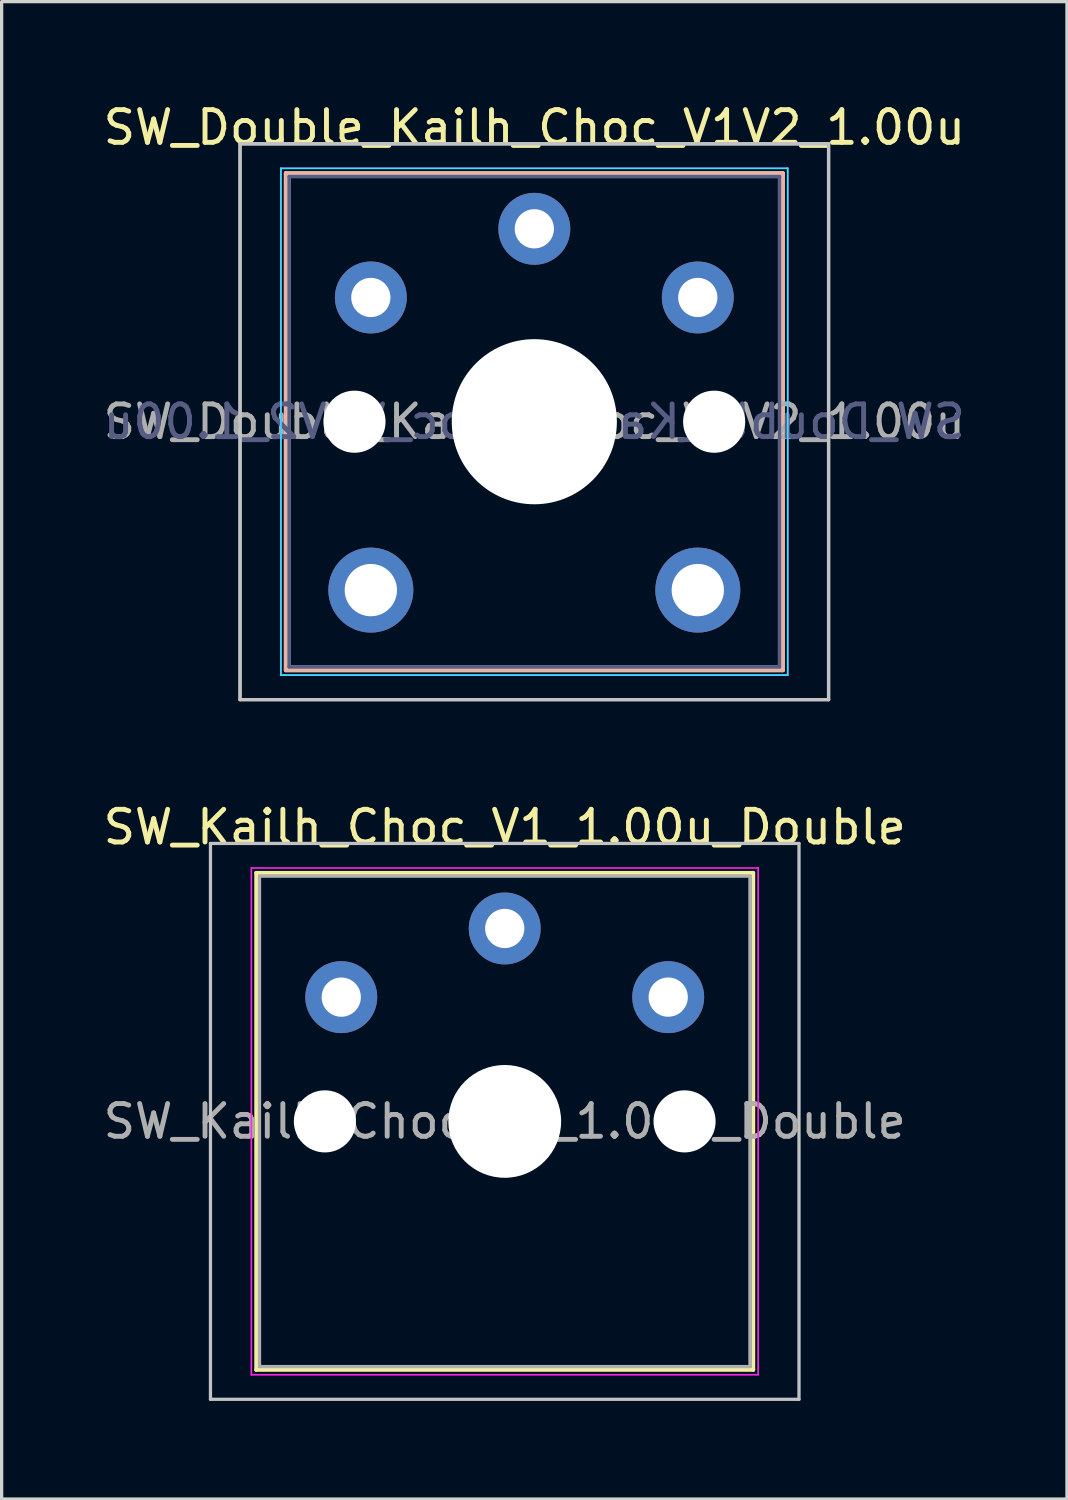
<source format=kicad_pcb>
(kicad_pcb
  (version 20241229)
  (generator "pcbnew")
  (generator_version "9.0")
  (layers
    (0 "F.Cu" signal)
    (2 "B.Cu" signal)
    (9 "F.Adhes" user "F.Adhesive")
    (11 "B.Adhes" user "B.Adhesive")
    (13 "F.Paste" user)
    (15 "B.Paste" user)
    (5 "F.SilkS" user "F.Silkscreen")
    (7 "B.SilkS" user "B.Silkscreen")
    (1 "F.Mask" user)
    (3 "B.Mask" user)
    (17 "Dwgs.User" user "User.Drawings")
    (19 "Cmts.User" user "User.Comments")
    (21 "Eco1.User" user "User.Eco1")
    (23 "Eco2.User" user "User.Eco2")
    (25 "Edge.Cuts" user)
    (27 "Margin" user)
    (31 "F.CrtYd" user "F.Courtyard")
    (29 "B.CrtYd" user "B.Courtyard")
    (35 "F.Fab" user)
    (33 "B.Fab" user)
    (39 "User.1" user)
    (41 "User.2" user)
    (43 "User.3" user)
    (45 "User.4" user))
  (footprint "SW_Double_Kailh_Choc_V1V2_1.00u"
    (layer "F.Cu")
    (at 13.292 9.848)
    (property "Reference" "SW_Double_Kailh_Choc_V1V2_1.00u" (at 0 -9 0) (layer "F.SilkS") (effects (font (size 1 1) (thickness 0.15))))
    (attr through_hole)
    (fp_line (start -7.6 -7.6) (end -7.6 7.6) (stroke (width 0.12) (type solid)) (layer "F.SilkS"))
    (fp_line (start -7.6 7.6) (end 7.6 7.6) (stroke (width 0.12) (type solid)) (layer "F.SilkS"))
    (fp_line (start 7.6 -7.6) (end -7.6 -7.6) (stroke (width 0.12) (type solid)) (layer "F.SilkS"))
    (fp_line (start 7.6 7.6) (end 7.6 -7.6) (stroke (width 0.12) (type solid)) (layer "F.SilkS"))
    (fp_line (start -7.6 -7.6) (end 7.6 -7.6) (stroke (width 0.12) (type solid)) (layer "B.SilkS"))
    (fp_line (start -7.6 7.6) (end -7.6 -7.6) (stroke (width 0.12) (type solid)) (layer "B.SilkS"))
    (fp_line (start 7.6 -7.6) (end 7.6 7.6) (stroke (width 0.12) (type solid)) (layer "B.SilkS"))
    (fp_line (start 7.6 7.6) (end -7.6 7.6) (stroke (width 0.12) (type solid)) (layer "B.SilkS"))
    (fp_line (start -9 -8.5) (end -9 8.5) (stroke (width 0.1) (type solid)) (layer "Dwgs.User"))
    (fp_line (start -9 -8.5) (end 9 -8.5) (stroke (width 0.1) (type solid)) (layer "Dwgs.User"))
    (fp_line (start -9 8.5) (end -9 -8.5) (stroke (width 0.1) (type solid)) (layer "Dwgs.User"))
    (fp_line (start -9 8.5) (end 9 8.5) (stroke (width 0.1) (type solid)) (layer "Dwgs.User"))
    (fp_line (start 9 -8.5) (end -9 -8.5) (stroke (width 0.1) (type solid)) (layer "Dwgs.User"))
    (fp_line (start 9 -8.5) (end 9 8.5) (stroke (width 0.1) (type solid)) (layer "Dwgs.User"))
    (fp_line (start 9 8.5) (end -9 8.5) (stroke (width 0.1) (type solid)) (layer "Dwgs.User"))
    (fp_line (start 9 8.5) (end 9 -8.5) (stroke (width 0.1) (type solid)) (layer "Dwgs.User"))
    (fp_line (start -7.25 -7.25) (end -7.25 7.25) (stroke (width 0.1) (type solid)) (layer "Eco1.User"))
    (fp_line (start -7.25 -7.25) (end 7.25 -7.25) (stroke (width 0.1) (type solid)) (layer "Eco1.User"))
    (fp_line (start -7.25 7.25) (end -7.25 -7.25) (stroke (width 0.1) (type solid)) (layer "Eco1.User"))
    (fp_line (start -7.25 7.25) (end 7.25 7.25) (stroke (width 0.1) (type solid)) (layer "Eco1.User"))
    (fp_line (start 7.25 -7.25) (end -7.25 -7.25) (stroke (width 0.1) (type solid)) (layer "Eco1.User"))
    (fp_line (start 7.25 -7.25) (end 7.25 7.25) (stroke (width 0.1) (type solid)) (layer "Eco1.User"))
    (fp_line (start 7.25 7.25) (end -7.25 7.25) (stroke (width 0.1) (type solid)) (layer "Eco1.User"))
    (fp_line (start 7.25 7.25) (end 7.25 -7.25) (stroke (width 0.1) (type solid)) (layer "Eco1.User"))
    (fp_line (start -7.75 -7.75) (end 7.75 -7.75) (stroke (width 0.05) (type solid)) (layer "B.CrtYd"))
    (fp_line (start -7.75 7.75) (end -7.75 -7.75) (stroke (width 0.05) (type solid)) (layer "B.CrtYd"))
    (fp_line (start 7.75 -7.75) (end 7.75 7.75) (stroke (width 0.05) (type solid)) (layer "B.CrtYd"))
    (fp_line (start 7.75 7.75) (end -7.75 7.75) (stroke (width 0.05) (type solid)) (layer "B.CrtYd"))
    (fp_line (start -7.75 -7.75) (end -7.75 7.75) (stroke (width 0.05) (type solid)) (layer "F.CrtYd"))
    (fp_line (start -7.75 7.75) (end 7.75 7.75) (stroke (width 0.05) (type solid)) (layer "F.CrtYd"))
    (fp_line (start 7.75 -7.75) (end -7.75 -7.75) (stroke (width 0.05) (type solid)) (layer "F.CrtYd"))
    (fp_line (start 7.75 7.75) (end 7.75 -7.75) (stroke (width 0.05) (type solid)) (layer "F.CrtYd"))
    (fp_line (start -7.5 -7.5) (end 7.5 -7.5) (stroke (width 0.1) (type solid)) (layer "B.Fab"))
    (fp_line (start -7.5 7.5) (end -7.5 -7.5) (stroke (width 0.1) (type solid)) (layer "B.Fab"))
    (fp_line (start 7.5 -7.5) (end 7.5 7.5) (stroke (width 0.1) (type solid)) (layer "B.Fab"))
    (fp_line (start 7.5 7.5) (end -7.5 7.5) (stroke (width 0.1) (type solid)) (layer "B.Fab"))
    (fp_line (start -7.5 -7.5) (end -7.5 7.5) (stroke (width 0.1) (type solid)) (layer "F.Fab"))
    (fp_line (start -7.5 7.5) (end 7.5 7.5) (stroke (width 0.1) (type solid)) (layer "F.Fab"))
    (fp_line (start 7.5 -7.5) (end -7.5 -7.5) (stroke (width 0.1) (type solid)) (layer "F.Fab"))
    (fp_line (start 7.5 7.5) (end 7.5 -7.5) (stroke (width 0.1) (type solid)) (layer "F.Fab"))
    (fp_text user "${REFERENCE}" (at 0 0 0) (layer "B.Fab") (effects (font (size 1 1) (thickness 0.15)) (justify mirror)))
    (fp_text user "${REFERENCE}" (at 0 0 0) (layer "F.Fab") (effects (font (size 1 1) (thickness 0.15))))
    (pad "" np_thru_hole circle (at -5.5 0) (size 1.9 1.9) (drill 1.9) (layers "*.Cu" "*.Mask"))
    (pad "" thru_hole circle (at -5 5.15) (size 2.6 2.6) (drill 1.6) (layers "*.Cu" "*.Mask"))
    (pad "" np_thru_hole circle (at 0 0) (size 5.05 5.05) (drill 5.05) (layers "*.Cu" "*.Mask"))
    (pad "" thru_hole circle (at 5 5.15) (size 2.6 2.6) (drill 1.6) (layers "*.Cu" "*.Mask"))
    (pad "" np_thru_hole circle (at 5.5 0) (size 1.9 1.9) (drill 1.9) (layers "*.Cu" "*.Mask"))
    (pad "1" thru_hole circle (at 0 -5.9) (size 2.2 2.2) (drill 1.2) (layers "*.Cu" "*.Mask"))
    (pad "2" thru_hole circle (at -5 -3.8) (size 2.2 2.2) (drill 1.2) (layers "*.Cu" "*.Mask"))
    (pad "2" thru_hole circle (at 5 -3.8) (size 2.2 2.2) (drill 1.2) (layers "*.Cu" "*.Mask")))
  (footprint "SW_Kailh_Choc_V1_1.00u_Double"
    (layer "F.Cu")
    (at 12.387 31.247)
    (property "Reference" "SW_Kailh_Choc_V1_1.00u_Double" (at 0 -9 0) (layer "F.SilkS") (effects (font (size 1 1) (thickness 0.15))))
    (attr through_hole)
    (fp_line (start -7.6 -7.6) (end -7.6 7.6) (stroke (width 0.12) (type solid)) (layer "F.SilkS"))
    (fp_line (start -7.6 7.6) (end 7.6 7.6) (stroke (width 0.12) (type solid)) (layer "F.SilkS"))
    (fp_line (start 7.6 -7.6) (end -7.6 -7.6) (stroke (width 0.12) (type solid)) (layer "F.SilkS"))
    (fp_line (start 7.6 7.6) (end 7.6 -7.6) (stroke (width 0.12) (type solid)) (layer "F.SilkS"))
    (fp_line (start -9 -8.5) (end -9 8.5) (stroke (width 0.1) (type solid)) (layer "Dwgs.User"))
    (fp_line (start -9 8.5) (end 9 8.5) (stroke (width 0.1) (type solid)) (layer "Dwgs.User"))
    (fp_line (start 9 -8.5) (end -9 -8.5) (stroke (width 0.1) (type solid)) (layer "Dwgs.User"))
    (fp_line (start 9 8.5) (end 9 -8.5) (stroke (width 0.1) (type solid)) (layer "Dwgs.User"))
    (fp_line (start -7.25 -7.25) (end -7.25 7.25) (stroke (width 0.1) (type solid)) (layer "Eco1.User"))
    (fp_line (start -7.25 7.25) (end 7.25 7.25) (stroke (width 0.1) (type solid)) (layer "Eco1.User"))
    (fp_line (start 7.25 -7.25) (end -7.25 -7.25) (stroke (width 0.1) (type solid)) (layer "Eco1.User"))
    (fp_line (start 7.25 7.25) (end 7.25 -7.25) (stroke (width 0.1) (type solid)) (layer "Eco1.User"))
    (fp_line (start -7.75 -7.75) (end -7.75 7.75) (stroke (width 0.05) (type solid)) (layer "F.CrtYd"))
    (fp_line (start -7.75 7.75) (end 7.75 7.75) (stroke (width 0.05) (type solid)) (layer "F.CrtYd"))
    (fp_line (start 7.75 -7.75) (end -7.75 -7.75) (stroke (width 0.05) (type solid)) (layer "F.CrtYd"))
    (fp_line (start 7.75 7.75) (end 7.75 -7.75) (stroke (width 0.05) (type solid)) (layer "F.CrtYd"))
    (fp_line (start -7.5 -7.5) (end -7.5 7.5) (stroke (width 0.1) (type solid)) (layer "F.Fab"))
    (fp_line (start -7.5 7.5) (end 7.5 7.5) (stroke (width 0.1) (type solid)) (layer "F.Fab"))
    (fp_line (start 7.5 -7.5) (end -7.5 -7.5) (stroke (width 0.1) (type solid)) (layer "F.Fab"))
    (fp_line (start 7.5 7.5) (end 7.5 -7.5) (stroke (width 0.1) (type solid)) (layer "F.Fab"))
    (fp_text user "${REFERENCE}" (at 0 0 0) (layer "F.Fab") (effects (font (size 1 1) (thickness 0.15))))
    (pad "" np_thru_hole circle (at -5.5 0) (size 1.9 1.9) (drill 1.9) (layers "*.Cu" "*.Mask"))
    (pad "" np_thru_hole circle (at 0 0) (size 3.45 3.45) (drill 3.45) (layers "*.Cu" "*.Mask"))
    (pad "" np_thru_hole circle (at 5.5 0) (size 1.9 1.9) (drill 1.9) (layers "*.Cu" "*.Mask"))
    (pad "1" thru_hole circle (at 0 -5.9) (size 2.2 2.2) (drill 1.2) (layers "*.Cu" "*.Mask"))
    (pad "2" thru_hole circle (at -5 -3.8) (size 2.2 2.2) (drill 1.2) (layers "*.Cu" "*.Mask"))
    (pad "2" thru_hole circle (at 5 -3.8) (size 2.2 2.2) (drill 1.2) (layers "*.Cu" "*.Mask")))
  (gr_rect
    (start -3 -3)
    (end 29.583 42.797)
    (stroke (width 0.1) (type default))
    (fill no)
    (layer "Edge.Cuts")))
</source>
